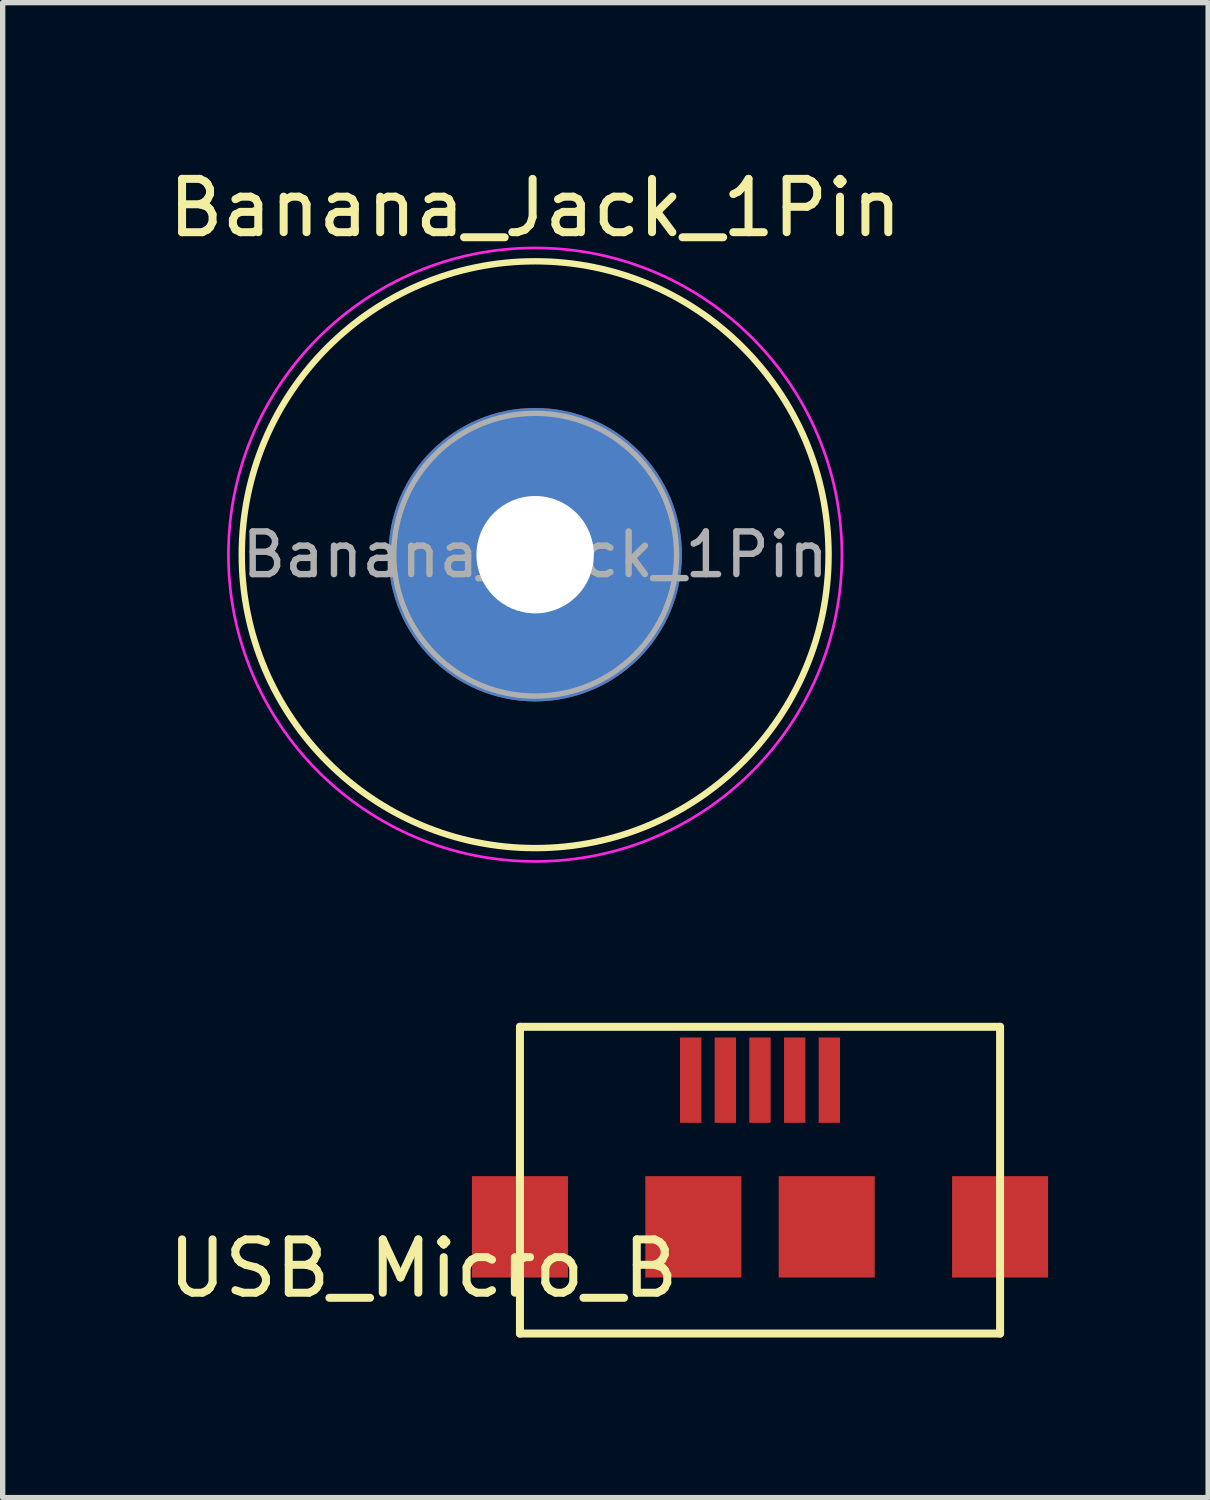
<source format=kicad_pcb>
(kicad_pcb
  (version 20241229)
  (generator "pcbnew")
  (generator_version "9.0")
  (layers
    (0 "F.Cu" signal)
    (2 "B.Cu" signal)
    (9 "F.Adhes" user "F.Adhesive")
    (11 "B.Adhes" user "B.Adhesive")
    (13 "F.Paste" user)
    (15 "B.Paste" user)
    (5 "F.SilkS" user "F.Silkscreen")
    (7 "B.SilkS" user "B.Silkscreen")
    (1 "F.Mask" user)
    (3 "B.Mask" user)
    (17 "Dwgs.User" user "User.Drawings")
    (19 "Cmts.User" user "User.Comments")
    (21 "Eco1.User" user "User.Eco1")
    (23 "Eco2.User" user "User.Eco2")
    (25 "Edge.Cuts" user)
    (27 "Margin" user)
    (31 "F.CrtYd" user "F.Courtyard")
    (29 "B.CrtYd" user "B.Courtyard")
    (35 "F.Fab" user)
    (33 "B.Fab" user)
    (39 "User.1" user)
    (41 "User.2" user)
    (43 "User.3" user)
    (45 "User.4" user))
  (footprint "Banana_Jack_1Pin"
    (layer "F.Cu")
    (at 6.982 7.348)
    (property "Reference" "Banana_Jack_1Pin" (at 0 -6.5 0) (layer "F.SilkS") (effects (font (size 1 1) (thickness 0.15))))
    (attr through_hole)
    (fp_circle (center 0 0) (end 5.5 0) (stroke (width 0.12) (type solid)) (fill no) (layer "F.SilkS"))
    (fp_circle (center 0 0) (end 5.75 0) (stroke (width 0.05) (type solid)) (fill no) (layer "F.CrtYd"))
    (fp_circle (center 0 0) (end 1 0) (stroke (width 0.1) (type solid)) (fill no) (layer "F.Fab"))
    (fp_circle (center 0 0) (end 2.65 0.05) (stroke (width 0.1) (type solid)) (fill no) (layer "F.Fab"))
    (fp_text user "${REFERENCE}" (at 0 0 0) (layer "F.Fab") (effects (font (size 0.8 0.8) (thickness 0.12))))
    (pad "1" thru_hole circle (at 0 0) (size 5.5 5.5) (drill 2.2) (layers "*.Cu" "*.Mask")))
  (footprint "USB_Micro_B"
    (layer "F.Cu")
    (at 11.197 19.198)
    (property "Reference" "USB_Micro_B" (at -6.31 1.53 0) (layer "F.SilkS") (effects (font (size 1 1) (thickness 0.15))))
    (attr smd)
    (fp_line (start -4.5 -3) (end -4.5 2.75) (stroke (width 0.15) (type solid)) (layer "F.SilkS"))
    (fp_line (start -4.5 -3) (end 4.5 -3) (stroke (width 0.15) (type solid)) (layer "F.SilkS"))
    (fp_line (start 4.5 -3) (end 4.5 2.75) (stroke (width 0.15) (type solid)) (layer "F.SilkS"))
    (fp_line (start 4.5 2.75) (end -4.5 2.75) (stroke (width 0.15) (type solid)) (layer "F.SilkS"))
    (pad "1" smd rect (at -1.3 -2 90) (size 1.6 0.4) (layers "F.Cu" "F.Mask" "F.Paste"))
    (pad "2" smd rect (at -0.65 -2 90) (size 1.6 0.4) (layers "F.Cu" "F.Mask" "F.Paste"))
    (pad "3" smd rect (at -0.001 -2 90) (size 1.6 0.4) (layers "F.Cu" "F.Mask" "F.Paste"))
    (pad "4" smd rect (at 0.65 -2 90) (size 1.6 0.4) (layers "F.Cu" "F.Mask" "F.Paste"))
    (pad "5" smd rect (at 1.3 -2 90) (size 1.6 0.4) (layers "F.Cu" "F.Mask" "F.Paste"))
    (pad "6" smd rect (at -4.5 0.75 90) (size 1.9 1.8) (layers "F.Cu" "F.Mask" "F.Paste"))
    (pad "6" smd rect (at -1.25 0.75 90) (size 1.9 1.8) (layers "F.Cu" "F.Mask" "F.Paste"))
    (pad "6" smd rect (at 1.25 0.75 90) (size 1.9 1.8) (layers "F.Cu" "F.Mask" "F.Paste"))
    (pad "6" smd rect (at 4.5 0.75 90) (size 1.9 1.8) (layers "F.Cu" "F.Mask" "F.Paste")))
  (gr_rect
    (start -3 -3)
    (end 19.597 25.023)
    (stroke (width 0.1) (type default))
    (fill no)
    (layer "Edge.Cuts")))
</source>
